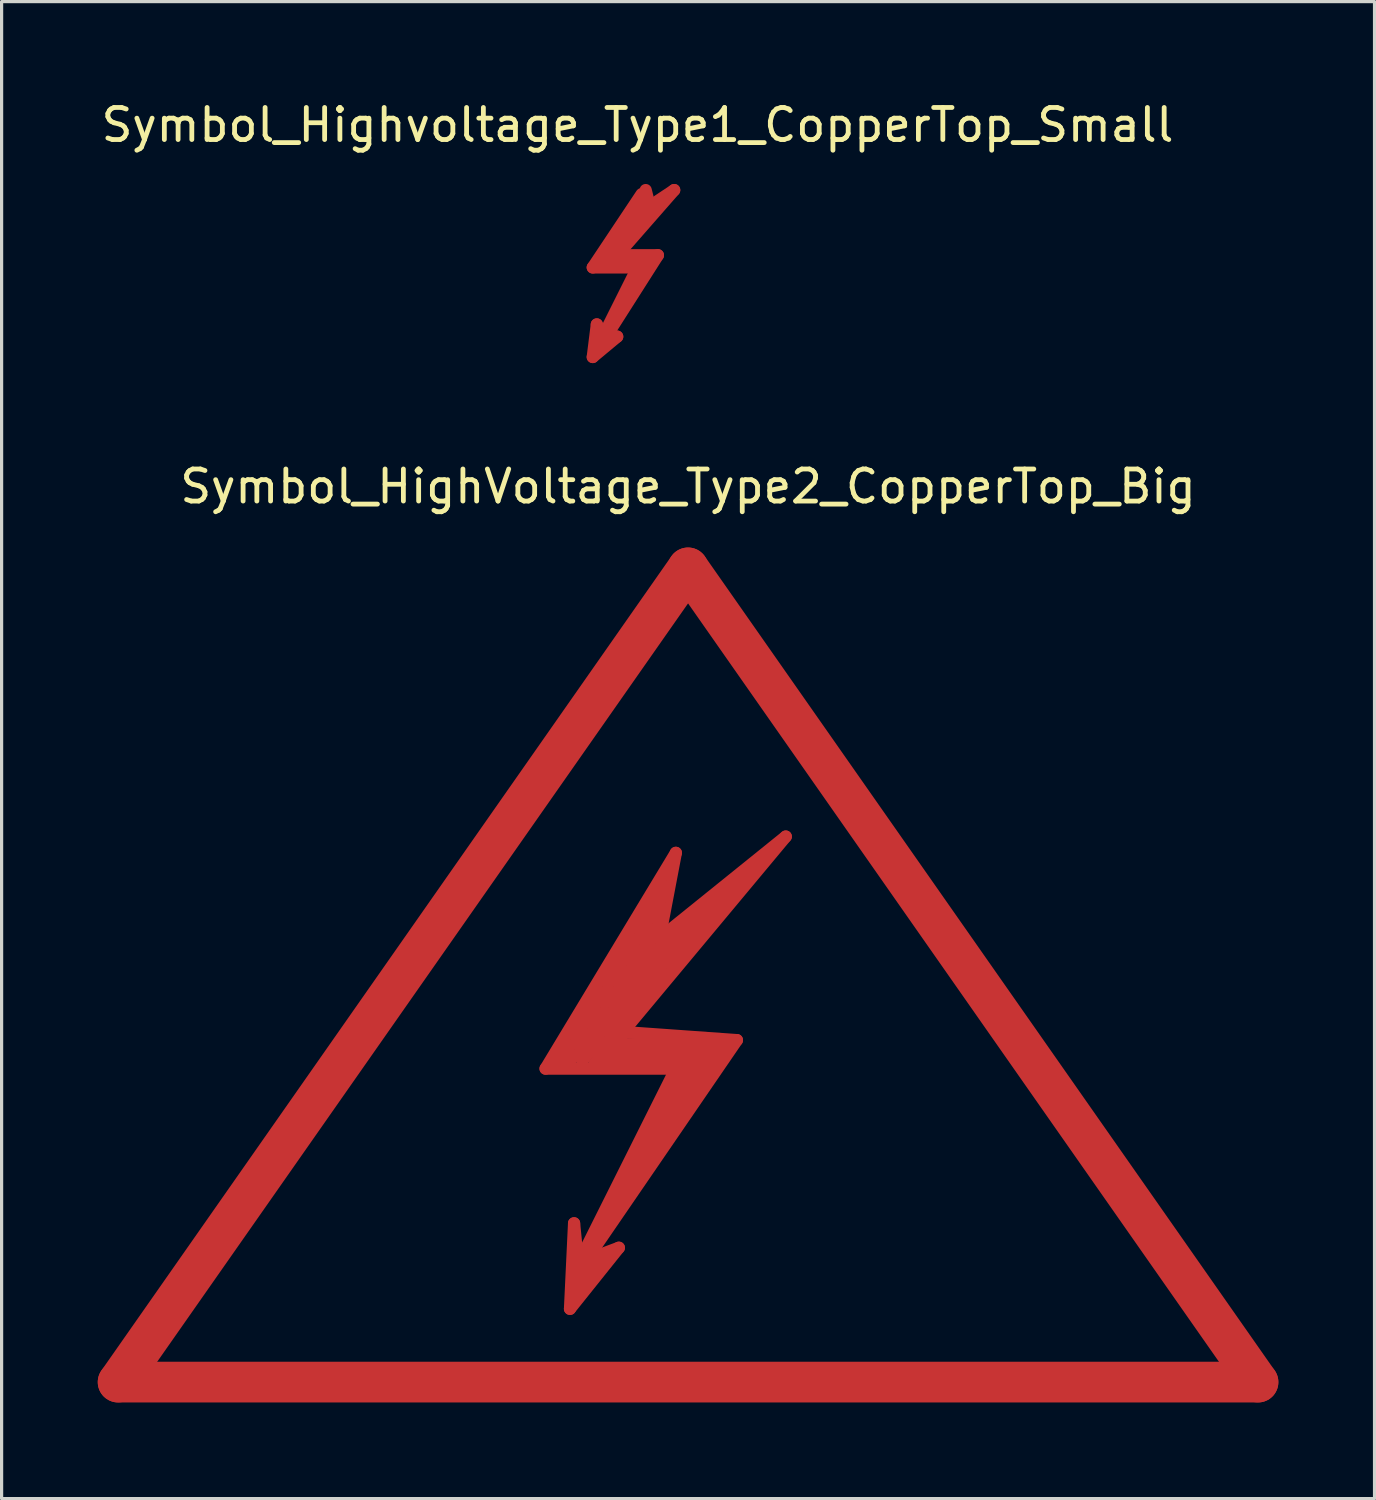
<source format=kicad_pcb>
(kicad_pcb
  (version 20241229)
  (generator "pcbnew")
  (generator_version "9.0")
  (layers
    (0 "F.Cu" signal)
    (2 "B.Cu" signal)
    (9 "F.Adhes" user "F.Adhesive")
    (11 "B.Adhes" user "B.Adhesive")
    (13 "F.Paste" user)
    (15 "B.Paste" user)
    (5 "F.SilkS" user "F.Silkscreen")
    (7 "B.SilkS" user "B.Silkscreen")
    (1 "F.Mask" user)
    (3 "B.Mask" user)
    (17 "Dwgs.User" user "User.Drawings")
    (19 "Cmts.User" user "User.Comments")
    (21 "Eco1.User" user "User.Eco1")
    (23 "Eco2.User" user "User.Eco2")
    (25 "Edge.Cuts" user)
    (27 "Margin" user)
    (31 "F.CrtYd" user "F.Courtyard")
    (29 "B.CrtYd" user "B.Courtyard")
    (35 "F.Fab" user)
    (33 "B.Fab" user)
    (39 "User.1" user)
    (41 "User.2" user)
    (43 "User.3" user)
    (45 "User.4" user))
  (footprint "Symbol_Highvoltage_Type1_CopperTop_Small"
    (layer "F.Cu")
    (at 15.823 6.055)
    (property "Reference" "Symbol_Highvoltage_Type1_CopperTop_Small" (at 1.016 -5.207 0) (layer "F.SilkS") (effects (font (size 1 1) (thickness 0.15))))
    (attr exclude_from_pos_files exclude_from_bom)
    (fp_line (start -0.381 -0.762) (end 1.016 -0.762) (stroke (width 0.381) (type solid)) (layer "F.Cu"))
    (fp_line (start -0.381 2.032) (end 0.381 1.397) (stroke (width 0.381) (type solid)) (layer "F.Cu"))
    (fp_line (start -0.254 1.016) (end -0.381 2.032) (stroke (width 0.381) (type solid)) (layer "F.Cu"))
    (fp_line (start -0.127 1.524) (end -0.254 1.016) (stroke (width 0.381) (type solid)) (layer "F.Cu"))
    (fp_line (start -0.127 1.651) (end 1.651 -1.143) (stroke (width 0.381) (type solid)) (layer "F.Cu"))
    (fp_line (start 0 -0.889) (end 1.27 -0.889) (stroke (width 0.381) (type solid)) (layer "F.Cu"))
    (fp_line (start 0.381 -1.143) (end 2.159 -3.175) (stroke (width 0.381) (type solid)) (layer "F.Cu"))
    (fp_line (start 0.381 1.397) (end -0.127 1.651) (stroke (width 0.381) (type solid)) (layer "F.Cu"))
    (fp_line (start 1.016 -0.762) (end -0.127 1.524) (stroke (width 0.381) (type solid)) (layer "F.Cu"))
    (fp_line (start 1.143 -3.048) (end -0.381 -0.762) (stroke (width 0.381) (type solid)) (layer "F.Cu"))
    (fp_line (start 1.397 -2.794) (end 0 -0.889) (stroke (width 0.381) (type solid)) (layer "F.Cu"))
    (fp_line (start 1.397 -2.667) (end 1.27 -3.175) (stroke (width 0.381) (type solid)) (layer "F.Cu"))
    (fp_line (start 1.651 -1.143) (end 0.381 -1.143) (stroke (width 0.381) (type solid)) (layer "F.Cu"))
    (fp_line (start 2.159 -3.175) (end 1.397 -2.667) (stroke (width 0.381) (type solid)) (layer "F.Cu")))
  (footprint "Symbol_HighVoltage_Type2_CopperTop_Big"
    (layer "F.Cu")
    (at 18.415 29.906)
    (property "Reference" "Symbol_HighVoltage_Type2_CopperTop_Big" (at 0 -17.78 0) (layer "F.SilkS") (effects (font (size 1 1) (thickness 0.15))))
    (attr exclude_from_pos_files exclude_from_bom)
    (fp_line (start -17.78 10.16) (end 0 -15.24) (stroke (width 1.27) (type solid)) (layer "F.Cu"))
    (fp_line (start -4.445 0.381) (end -0.381 0.381) (stroke (width 0.381) (type solid)) (layer "F.Cu"))
    (fp_line (start -4.064 0.254) (end -0.889 -4.318) (stroke (width 0.381) (type solid)) (layer "F.Cu"))
    (fp_line (start -3.683 0.127) (end -1.016 -3.556) (stroke (width 0.381) (type solid)) (layer "F.Cu"))
    (fp_line (start -3.683 7.874) (end -2.159 5.969) (stroke (width 0.381) (type solid)) (layer "F.Cu"))
    (fp_line (start -3.556 5.207) (end -3.683 7.874) (stroke (width 0.381) (type solid)) (layer "F.Cu"))
    (fp_line (start -3.556 7.239) (end -3.175 6.35) (stroke (width 0.381) (type solid)) (layer "F.Cu"))
    (fp_line (start -3.429 6.477) (end -3.556 5.207) (stroke (width 0.381) (type solid)) (layer "F.Cu"))
    (fp_line (start -3.302 0.127) (end 1.397 -5.207) (stroke (width 0.381) (type solid)) (layer "F.Cu"))
    (fp_line (start -3.175 6.096) (end -3.048 6.223) (stroke (width 0.381) (type solid)) (layer "F.Cu"))
    (fp_line (start -3.175 6.35) (end -3.048 5.969) (stroke (width 0.381) (type solid)) (layer "F.Cu"))
    (fp_line (start -3.175 6.35) (end 1.524 -0.508) (stroke (width 0.381) (type solid)) (layer "F.Cu"))
    (fp_line (start -3.048 5.969) (end -3.175 6.096) (stroke (width 0.381) (type solid)) (layer "F.Cu"))
    (fp_line (start -2.921 0.254) (end 0.762 0.127) (stroke (width 0.381) (type solid)) (layer "F.Cu"))
    (fp_line (start -2.794 6.477) (end -3.556 7.239) (stroke (width 0.381) (type solid)) (layer "F.Cu"))
    (fp_line (start -2.667 5.461) (end 0.127 0.127) (stroke (width 0.381) (type solid)) (layer "F.Cu"))
    (fp_line (start -2.413 0) (end 0.635 -0.127) (stroke (width 0.381) (type solid)) (layer "F.Cu"))
    (fp_line (start -2.286 -1.524) (end 0.254 -4.445) (stroke (width 0.381) (type solid)) (layer "F.Cu"))
    (fp_line (start -2.286 -1.016) (end -2.032 -0.381) (stroke (width 0.381) (type solid)) (layer "F.Cu"))
    (fp_line (start -2.286 -0.381) (end -2.413 0) (stroke (width 0.381) (type solid)) (layer "F.Cu"))
    (fp_line (start -2.159 5.969) (end -3.175 6.35) (stroke (width 0.381) (type solid)) (layer "F.Cu"))
    (fp_line (start -2.032 -0.762) (end 3.048 -6.858) (stroke (width 0.381) (type solid)) (layer "F.Cu"))
    (fp_line (start -1.016 -3.556) (end -3.302 0.127) (stroke (width 0.381) (type solid)) (layer "F.Cu"))
    (fp_line (start -0.889 -4.318) (end -3.683 0.127) (stroke (width 0.381) (type solid)) (layer "F.Cu"))
    (fp_line (start -0.889 -3.683) (end -0.381 -6.35) (stroke (width 0.381) (type solid)) (layer "F.Cu"))
    (fp_line (start -0.762 -5.588) (end -0.889 -4.953) (stroke (width 0.381) (type solid)) (layer "F.Cu"))
    (fp_line (start -0.762 -5.08) (end -4.064 0.254) (stroke (width 0.381) (type solid)) (layer "F.Cu"))
    (fp_line (start -0.381 -6.35) (end -4.445 0.381) (stroke (width 0.381) (type solid)) (layer "F.Cu"))
    (fp_line (start -0.381 0.381) (end -3.429 6.477) (stroke (width 0.381) (type solid)) (layer "F.Cu"))
    (fp_line (start 0 -15.24) (end 17.78 10.16) (stroke (width 1.27) (type solid)) (layer "F.Cu"))
    (fp_line (start 0.127 0.127) (end 0.762 0.127) (stroke (width 0.381) (type solid)) (layer "F.Cu"))
    (fp_line (start 0.254 -4.445) (end -2.921 0.254) (stroke (width 0.381) (type solid)) (layer "F.Cu"))
    (fp_line (start 0.635 -0.127) (end -2.667 5.461) (stroke (width 0.381) (type solid)) (layer "F.Cu"))
    (fp_line (start 0.762 0.127) (end -0.508 2.159) (stroke (width 0.381) (type solid)) (layer "F.Cu"))
    (fp_line (start 0.762 0.127) (end 1.143 -0.381) (stroke (width 0.381) (type solid)) (layer "F.Cu"))
    (fp_line (start 1.143 -0.381) (end -2.286 -0.381) (stroke (width 0.381) (type solid)) (layer "F.Cu"))
    (fp_line (start 1.397 -5.207) (end -2.286 -1.524) (stroke (width 0.381) (type solid)) (layer "F.Cu"))
    (fp_line (start 1.524 -0.508) (end -2.032 -0.762) (stroke (width 0.381) (type solid)) (layer "F.Cu"))
    (fp_line (start 1.778 -5.461) (end -1.143 -3.175) (stroke (width 0.381) (type solid)) (layer "F.Cu"))
    (fp_line (start 3.048 -6.858) (end -0.889 -3.683) (stroke (width 0.381) (type solid)) (layer "F.Cu"))
    (fp_line (start 17.78 10.16) (end -17.78 10.16) (stroke (width 1.27) (type solid)) (layer "F.Cu")))
  (gr_rect
    (start -3 -3)
    (end 39.83 43.701)
    (stroke (width 0.1) (type default))
    (fill no)
    (layer "Edge.Cuts")))
</source>
